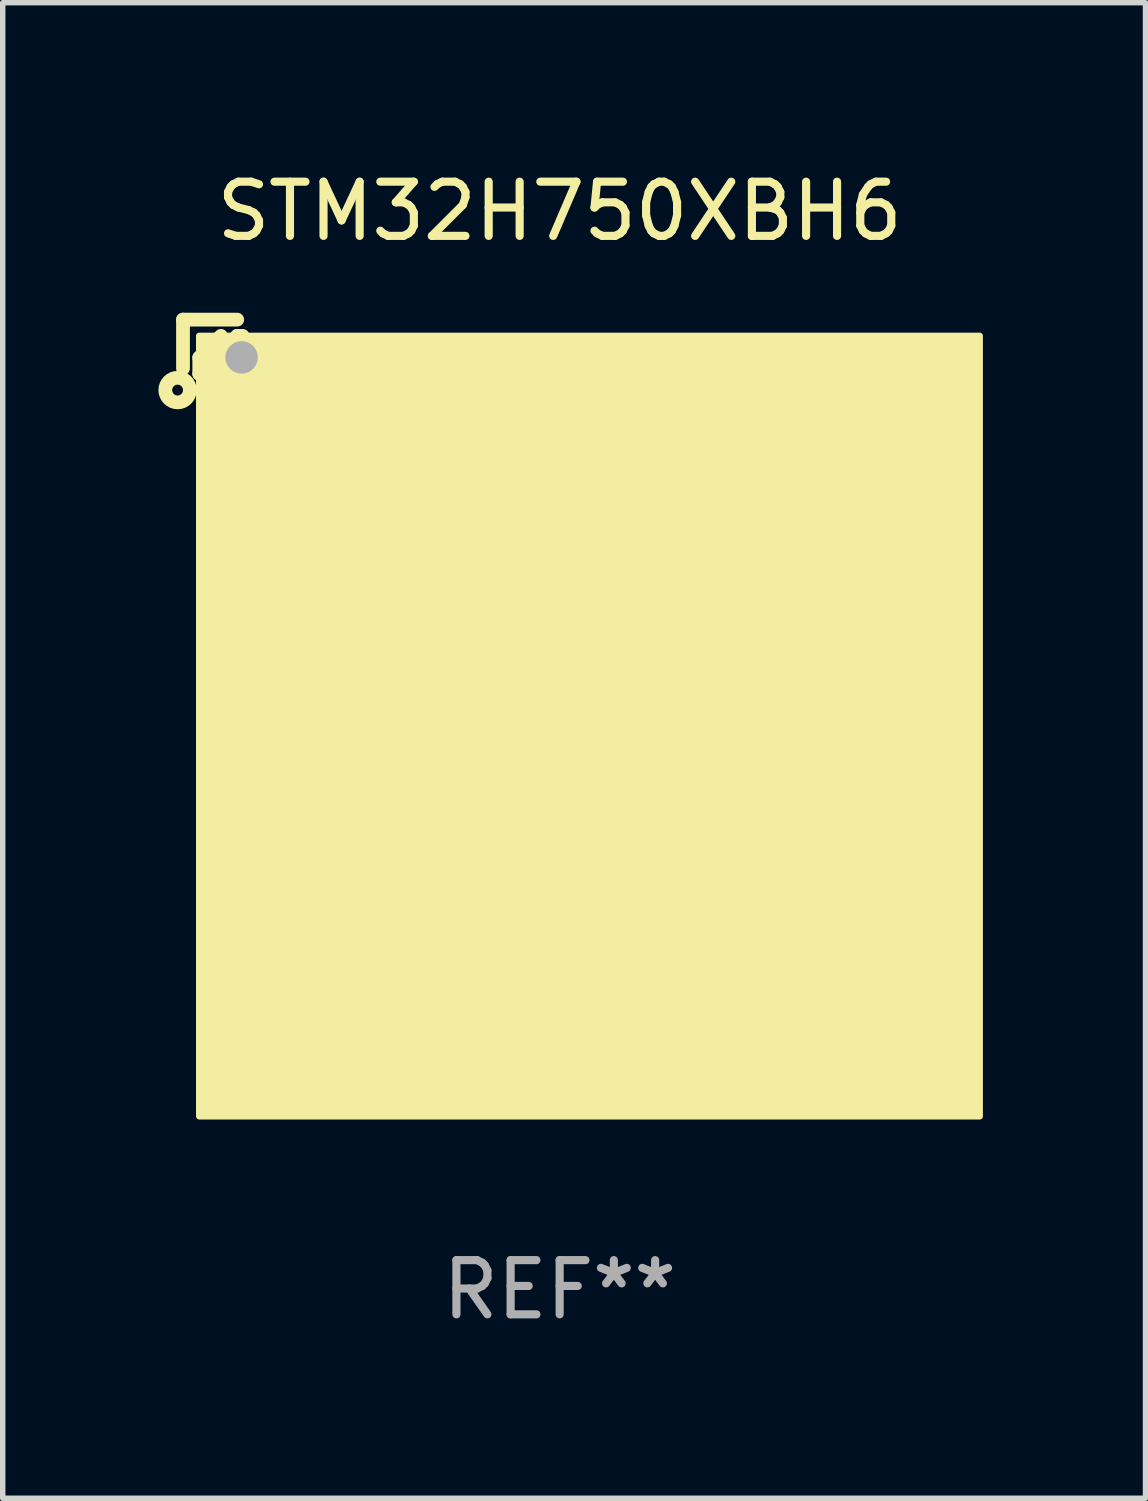
<source format=kicad_pcb>
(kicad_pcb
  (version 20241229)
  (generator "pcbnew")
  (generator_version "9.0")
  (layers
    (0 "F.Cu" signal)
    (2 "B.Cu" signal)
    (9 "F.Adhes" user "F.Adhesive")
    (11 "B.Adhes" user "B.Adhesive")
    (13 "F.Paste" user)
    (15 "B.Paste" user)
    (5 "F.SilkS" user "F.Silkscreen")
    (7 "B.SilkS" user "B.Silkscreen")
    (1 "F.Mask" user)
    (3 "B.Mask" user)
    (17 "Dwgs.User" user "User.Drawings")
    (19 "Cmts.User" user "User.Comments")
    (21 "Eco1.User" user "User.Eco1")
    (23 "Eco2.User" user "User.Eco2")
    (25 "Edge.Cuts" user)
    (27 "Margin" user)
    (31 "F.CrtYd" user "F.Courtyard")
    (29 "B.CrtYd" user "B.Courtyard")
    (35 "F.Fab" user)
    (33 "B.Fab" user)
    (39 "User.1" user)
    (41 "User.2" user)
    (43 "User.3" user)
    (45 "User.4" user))
  (footprint "STM32H750XBH6"
    (layer "F.Cu")
    (at 7.277 9.798)
    (property "Reference" "STM32H750XBH6" (at 0 -8.95 0) (layer "F.SilkS") (effects (font (size 1 1) (thickness 0.15))))
    (attr through_hole)
    (fp_line (start -6.95 -6.95) (end -6.95 -6.05) (stroke (width 0.254) (type solid)) (layer "F.SilkS"))
    (fp_line (start -6.65 -6.25) (end -6.25 -6.65) (stroke (width 0.254) (type solid)) (layer "F.SilkS"))
    (fp_line (start -6.65 -5.95) (end -6.65 -6.25) (stroke (width 0.254) (type solid)) (layer "F.SilkS"))
    (fp_line (start -5.95 -6.95) (end -6.95 -6.95) (stroke (width 0.254) (type solid)) (layer "F.SilkS"))
    (fp_line (start -5.95 -6.65) (end -6.65 -5.95) (stroke (width 0.254) (type solid)) (layer "F.SilkS"))
    (fp_line (start -5.85 -6.65) (end -5.95 -6.65) (stroke (width 0.254) (type solid)) (layer "F.SilkS"))
    (fp_circle (center -7.05 -5.65) (end -6.95 -5.65) (stroke (width 0.254) (type solid)) (fill no) (layer "F.SilkS"))
    (fp_circle (center -6.45 -6.45) (end -6.35 -6.45) (stroke (width 0.2) (type solid)) (fill no) (layer "F.SilkS"))
    (fp_poly (pts (xy -6.65 -6.65) (xy 7.75 -6.65) (xy 7.75 7.75) (xy -6.65 7.75)) (stroke (width 0.12) (type solid)) (fill yes) (layer "F.SilkS"))
    (fp_circle (center -5.869 -6.253) (end -5.719 -6.253) (stroke (width 0.3) (type solid)) (fill no) (layer "F.Fab"))
    (fp_text user "REF**" (at 0 10.95 0) (layer "F.Fab") (effects (font (size 1 1) (thickness 0.15))))
    (pad "A1" smd circle (at -5.85 -5.85) (size 0.5 0.5) (layers "F.Cu" "F.Mask" "F.Paste"))
    (pad "A2" smd circle (at -5.05 -5.85) (size 0.5 0.5) (layers "F.Cu" "F.Mask" "F.Paste"))
    (pad "A3" smd circle (at -4.25 -5.85) (size 0.5 0.5) (layers "F.Cu" "F.Mask" "F.Paste"))
    (pad "A4" smd circle (at -3.45 -5.85) (size 0.5 0.5) (layers "F.Cu" "F.Mask" "F.Paste"))
    (pad "A5" smd circle (at -2.65 -5.85) (size 0.5 0.5) (layers "F.Cu" "F.Mask" "F.Paste"))
    (pad "A6" smd circle (at -1.85 -5.85) (size 0.5 0.5) (layers "F.Cu" "F.Mask" "F.Paste"))
    (pad "A7" smd circle (at -1.05 -5.85) (size 0.5 0.5) (layers "F.Cu" "F.Mask" "F.Paste"))
    (pad "A8" smd circle (at -0.25 -5.85) (size 0.5 0.5) (layers "F.Cu" "F.Mask" "F.Paste"))
    (pad "A9" smd circle (at 0.55 -5.85) (size 0.5 0.5) (layers "F.Cu" "F.Mask" "F.Paste"))
    (pad "A10" smd circle (at 1.35 -5.85) (size 0.5 0.5) (layers "F.Cu" "F.Mask" "F.Paste"))
    (pad "A11" smd circle (at 2.15 -5.85) (size 0.5 0.5) (layers "F.Cu" "F.Mask" "F.Paste"))
    (pad "A12" smd circle (at 2.95 -5.85) (size 0.5 0.5) (layers "F.Cu" "F.Mask" "F.Paste"))
    (pad "A13" smd circle (at 3.75 -5.85) (size 0.5 0.5) (layers "F.Cu" "F.Mask" "F.Paste"))
    (pad "A14" smd circle (at 4.55 -5.85) (size 0.5 0.5) (layers "F.Cu" "F.Mask" "F.Paste"))
    (pad "A15" smd circle (at 5.35 -5.85) (size 0.5 0.5) (layers "F.Cu" "F.Mask" "F.Paste"))
    (pad "A16" smd circle (at 6.15 -5.85) (size 0.5 0.5) (layers "F.Cu" "F.Mask" "F.Paste"))
    (pad "A17" smd circle (at 6.95 -5.85) (size 0.5 0.5) (layers "F.Cu" "F.Mask" "F.Paste"))
    (pad "B1" smd circle (at -5.85 -5.05) (size 0.5 0.5) (layers "F.Cu" "F.Mask" "F.Paste"))
    (pad "B2" smd circle (at -5.05 -5.05) (size 0.5 0.5) (layers "F.Cu" "F.Mask" "F.Paste"))
    (pad "B3" smd circle (at -4.25 -5.05) (size 0.5 0.5) (layers "F.Cu" "F.Mask" "F.Paste"))
    (pad "B4" smd circle (at -3.45 -5.05) (size 0.5 0.5) (layers "F.Cu" "F.Mask" "F.Paste"))
    (pad "B5" smd circle (at -2.65 -5.05) (size 0.5 0.5) (layers "F.Cu" "F.Mask" "F.Paste"))
    (pad "B6" smd circle (at -1.85 -5.05) (size 0.5 0.5) (layers "F.Cu" "F.Mask" "F.Paste"))
    (pad "B7" smd circle (at -1.05 -5.05) (size 0.5 0.5) (layers "F.Cu" "F.Mask" "F.Paste"))
    (pad "B8" smd circle (at -0.25 -5.05) (size 0.5 0.5) (layers "F.Cu" "F.Mask" "F.Paste"))
    (pad "B9" smd circle (at 0.55 -5.05) (size 0.5 0.5) (layers "F.Cu" "F.Mask" "F.Paste"))
    (pad "B10" smd circle (at 1.35 -5.05) (size 0.5 0.5) (layers "F.Cu" "F.Mask" "F.Paste"))
    (pad "B11" smd circle (at 2.15 -5.05) (size 0.5 0.5) (layers "F.Cu" "F.Mask" "F.Paste"))
    (pad "B12" smd circle (at 2.95 -5.05) (size 0.5 0.5) (layers "F.Cu" "F.Mask" "F.Paste"))
    (pad "B13" smd circle (at 3.75 -5.05) (size 0.5 0.5) (layers "F.Cu" "F.Mask" "F.Paste"))
    (pad "B14" smd circle (at 4.55 -5.05) (size 0.5 0.5) (layers "F.Cu" "F.Mask" "F.Paste"))
    (pad "B15" smd circle (at 5.35 -5.05) (size 0.5 0.5) (layers "F.Cu" "F.Mask" "F.Paste"))
    (pad "B16" smd circle (at 6.15 -5.05) (size 0.5 0.5) (layers "F.Cu" "F.Mask" "F.Paste"))
    (pad "B17" smd circle (at 6.95 -5.05) (size 0.5 0.5) (layers "F.Cu" "F.Mask" "F.Paste"))
    (pad "C1" smd circle (at -5.85 -4.25) (size 0.5 0.5) (layers "F.Cu" "F.Mask" "F.Paste"))
    (pad "C2" smd circle (at -5.05 -4.25) (size 0.5 0.5) (layers "F.Cu" "F.Mask" "F.Paste"))
    (pad "C3" smd circle (at -4.25 -4.25) (size 0.5 0.5) (layers "F.Cu" "F.Mask" "F.Paste"))
    (pad "C4" smd circle (at -3.45 -4.25) (size 0.5 0.5) (layers "F.Cu" "F.Mask" "F.Paste"))
    (pad "C5" smd circle (at -2.65 -4.25) (size 0.5 0.5) (layers "F.Cu" "F.Mask" "F.Paste"))
    (pad "C6" smd circle (at -1.85 -4.25) (size 0.5 0.5) (layers "F.Cu" "F.Mask" "F.Paste"))
    (pad "C7" smd circle (at -1.05 -4.25) (size 0.5 0.5) (layers "F.Cu" "F.Mask" "F.Paste"))
    (pad "C8" smd circle (at -0.25 -4.25) (size 0.5 0.5) (layers "F.Cu" "F.Mask" "F.Paste"))
    (pad "C9" smd circle (at 0.55 -4.25) (size 0.5 0.5) (layers "F.Cu" "F.Mask" "F.Paste"))
    (pad "C10" smd circle (at 1.35 -4.25) (size 0.5 0.5) (layers "F.Cu" "F.Mask" "F.Paste"))
    (pad "C11" smd circle (at 2.15 -4.25) (size 0.5 0.5) (layers "F.Cu" "F.Mask" "F.Paste"))
    (pad "C12" smd circle (at 2.95 -4.25) (size 0.5 0.5) (layers "F.Cu" "F.Mask" "F.Paste"))
    (pad "C13" smd circle (at 3.75 -4.25) (size 0.5 0.5) (layers "F.Cu" "F.Mask" "F.Paste"))
    (pad "C14" smd circle (at 4.55 -4.25) (size 0.5 0.5) (layers "F.Cu" "F.Mask" "F.Paste"))
    (pad "C15" smd circle (at 5.35 -4.25) (size 0.5 0.5) (layers "F.Cu" "F.Mask" "F.Paste"))
    (pad "C16" smd circle (at 6.15 -4.25) (size 0.5 0.5) (layers "F.Cu" "F.Mask" "F.Paste"))
    (pad "C17" smd circle (at 6.95 -4.25) (size 0.5 0.5) (layers "F.Cu" "F.Mask" "F.Paste"))
    (pad "D1" smd circle (at -5.85 -3.45) (size 0.5 0.5) (layers "F.Cu" "F.Mask" "F.Paste"))
    (pad "D2" smd circle (at -5.05 -3.45) (size 0.5 0.5) (layers "F.Cu" "F.Mask" "F.Paste"))
    (pad "D3" smd circle (at -4.25 -3.45) (size 0.5 0.5) (layers "F.Cu" "F.Mask" "F.Paste"))
    (pad "D4" smd circle (at -3.45 -3.45) (size 0.5 0.5) (layers "F.Cu" "F.Mask" "F.Paste"))
    (pad "D5" smd circle (at -2.65 -3.45) (size 0.5 0.5) (layers "F.Cu" "F.Mask" "F.Paste"))
    (pad "D6" smd circle (at -1.85 -3.45) (size 0.5 0.5) (layers "F.Cu" "F.Mask" "F.Paste"))
    (pad "D7" smd circle (at -1.05 -3.45) (size 0.5 0.5) (layers "F.Cu" "F.Mask" "F.Paste"))
    (pad "D8" smd circle (at -0.25 -3.45) (size 0.5 0.5) (layers "F.Cu" "F.Mask" "F.Paste"))
    (pad "D9" smd circle (at 0.55 -3.45) (size 0.5 0.5) (layers "F.Cu" "F.Mask" "F.Paste"))
    (pad "D10" smd circle (at 1.35 -3.45) (size 0.5 0.5) (layers "F.Cu" "F.Mask" "F.Paste"))
    (pad "D11" smd circle (at 2.15 -3.45) (size 0.5 0.5) (layers "F.Cu" "F.Mask" "F.Paste"))
    (pad "D12" smd circle (at 2.95 -3.45) (size 0.5 0.5) (layers "F.Cu" "F.Mask" "F.Paste"))
    (pad "D13" smd circle (at 3.75 -3.45) (size 0.5 0.5) (layers "F.Cu" "F.Mask" "F.Paste"))
    (pad "D14" smd circle (at 4.55 -3.45) (size 0.5 0.5) (layers "F.Cu" "F.Mask" "F.Paste"))
    (pad "D15" smd circle (at 5.35 -3.45) (size 0.5 0.5) (layers "F.Cu" "F.Mask" "F.Paste"))
    (pad "D16" smd circle (at 6.15 -3.45) (size 0.5 0.5) (layers "F.Cu" "F.Mask" "F.Paste"))
    (pad "D17" smd circle (at 6.95 -3.45) (size 0.5 0.5) (layers "F.Cu" "F.Mask" "F.Paste"))
    (pad "E1" smd circle (at -5.85 -2.65) (size 0.5 0.5) (layers "F.Cu" "F.Mask" "F.Paste"))
    (pad "E2" smd circle (at -5.05 -2.65) (size 0.5 0.5) (layers "F.Cu" "F.Mask" "F.Paste"))
    (pad "E3" smd circle (at -4.25 -2.65) (size 0.5 0.5) (layers "F.Cu" "F.Mask" "F.Paste"))
    (pad "E4" smd circle (at -3.45 -2.65) (size 0.5 0.5) (layers "F.Cu" "F.Mask" "F.Paste"))
    (pad "E5" smd circle (at -2.65 -2.65) (size 0.5 0.5) (layers "F.Cu" "F.Mask" "F.Paste"))
    (pad "E6" smd circle (at -1.85 -2.65) (size 0.5 0.5) (layers "F.Cu" "F.Mask" "F.Paste"))
    (pad "E7" smd circle (at -1.05 -2.65) (size 0.5 0.5) (layers "F.Cu" "F.Mask" "F.Paste"))
    (pad "E8" smd circle (at -0.25 -2.65) (size 0.5 0.5) (layers "F.Cu" "F.Mask" "F.Paste"))
    (pad "E9" smd circle (at 0.55 -2.65) (size 0.5 0.5) (layers "F.Cu" "F.Mask" "F.Paste"))
    (pad "E10" smd circle (at 1.35 -2.65) (size 0.5 0.5) (layers "F.Cu" "F.Mask" "F.Paste"))
    (pad "E11" smd circle (at 2.15 -2.65) (size 0.5 0.5) (layers "F.Cu" "F.Mask" "F.Paste"))
    (pad "E12" smd circle (at 2.95 -2.65) (size 0.5 0.5) (layers "F.Cu" "F.Mask" "F.Paste"))
    (pad "E13" smd circle (at 3.75 -2.65) (size 0.5 0.5) (layers "F.Cu" "F.Mask" "F.Paste"))
    (pad "E14" smd circle (at 4.55 -2.65) (size 0.5 0.5) (layers "F.Cu" "F.Mask" "F.Paste"))
    (pad "E15" smd circle (at 5.35 -2.65) (size 0.5 0.5) (layers "F.Cu" "F.Mask" "F.Paste"))
    (pad "E16" smd circle (at 6.15 -2.65) (size 0.5 0.5) (layers "F.Cu" "F.Mask" "F.Paste"))
    (pad "E17" smd circle (at 6.95 -2.65) (size 0.5 0.5) (layers "F.Cu" "F.Mask" "F.Paste"))
    (pad "F1" smd circle (at -5.85 -1.85) (size 0.5 0.5) (layers "F.Cu" "F.Mask" "F.Paste"))
    (pad "F2" smd circle (at -5.05 -1.85) (size 0.5 0.5) (layers "F.Cu" "F.Mask" "F.Paste"))
    (pad "F3" smd circle (at -4.25 -1.85) (size 0.5 0.5) (layers "F.Cu" "F.Mask" "F.Paste"))
    (pad "F4" smd circle (at -3.45 -1.85) (size 0.5 0.5) (layers "F.Cu" "F.Mask" "F.Paste"))
    (pad "F5" smd circle (at -2.65 -1.85) (size 0.5 0.5) (layers "F.Cu" "F.Mask" "F.Paste"))
    (pad "F13" smd circle (at 3.75 -1.85) (size 0.5 0.5) (layers "F.Cu" "F.Mask" "F.Paste"))
    (pad "F14" smd circle (at 4.55 -1.85) (size 0.5 0.5) (layers "F.Cu" "F.Mask" "F.Paste"))
    (pad "F15" smd circle (at 5.35 -1.85) (size 0.5 0.5) (layers "F.Cu" "F.Mask" "F.Paste"))
    (pad "F16" smd circle (at 6.15 -1.85) (size 0.5 0.5) (layers "F.Cu" "F.Mask" "F.Paste"))
    (pad "F17" smd circle (at 6.95 -1.85) (size 0.5 0.5) (layers "F.Cu" "F.Mask" "F.Paste"))
    (pad "G1" smd circle (at -5.85 -1.05) (size 0.5 0.5) (layers "F.Cu" "F.Mask" "F.Paste"))
    (pad "G2" smd circle (at -5.05 -1.05) (size 0.5 0.5) (layers "F.Cu" "F.Mask" "F.Paste"))
    (pad "G3" smd circle (at -4.25 -1.05) (size 0.5 0.5) (layers "F.Cu" "F.Mask" "F.Paste"))
    (pad "G4" smd circle (at -3.45 -1.05) (size 0.5 0.5) (layers "F.Cu" "F.Mask" "F.Paste"))
    (pad "G5" smd circle (at -2.65 -1.05) (size 0.5 0.5) (layers "F.Cu" "F.Mask" "F.Paste"))
    (pad "G7" smd circle (at -1.05 -1.05) (size 0.5 0.5) (layers "F.Cu" "F.Mask" "F.Paste"))
    (pad "G8" smd circle (at -0.25 -1.05) (size 0.5 0.5) (layers "F.Cu" "F.Mask" "F.Paste"))
    (pad "G9" smd circle (at 0.55 -1.05) (size 0.5 0.5) (layers "F.Cu" "F.Mask" "F.Paste"))
    (pad "G10" smd circle (at 1.35 -1.05) (size 0.5 0.5) (layers "F.Cu" "F.Mask" "F.Paste"))
    (pad "G11" smd circle (at 2.15 -1.05) (size 0.5 0.5) (layers "F.Cu" "F.Mask" "F.Paste"))
    (pad "G13" smd circle (at 3.75 -1.05) (size 0.5 0.5) (layers "F.Cu" "F.Mask" "F.Paste"))
    (pad "G14" smd circle (at 4.55 -1.05) (size 0.5 0.5) (layers "F.Cu" "F.Mask" "F.Paste"))
    (pad "G15" smd circle (at 5.35 -1.05) (size 0.5 0.5) (layers "F.Cu" "F.Mask" "F.Paste"))
    (pad "G16" smd circle (at 6.15 -1.05) (size 0.5 0.5) (layers "F.Cu" "F.Mask" "F.Paste"))
    (pad "G17" smd circle (at 6.95 -1.05) (size 0.5 0.5) (layers "F.Cu" "F.Mask" "F.Paste"))
    (pad "H1" smd circle (at -5.85 -0.25) (size 0.5 0.5) (layers "F.Cu" "F.Mask" "F.Paste"))
    (pad "H2" smd circle (at -5.05 -0.25) (size 0.5 0.5) (layers "F.Cu" "F.Mask" "F.Paste"))
    (pad "H3" smd circle (at -4.25 -0.25) (size 0.5 0.5) (layers "F.Cu" "F.Mask" "F.Paste"))
    (pad "H4" smd circle (at -3.45 -0.25) (size 0.5 0.5) (layers "F.Cu" "F.Mask" "F.Paste"))
    (pad "H5" smd circle (at -2.65 -0.25) (size 0.5 0.5) (layers "F.Cu" "F.Mask" "F.Paste"))
    (pad "H7" smd circle (at -1.05 -0.25) (size 0.5 0.5) (layers "F.Cu" "F.Mask" "F.Paste"))
    (pad "H8" smd circle (at -0.25 -0.25) (size 0.5 0.5) (layers "F.Cu" "F.Mask" "F.Paste"))
    (pad "H9" smd circle (at 0.55 -0.25) (size 0.5 0.5) (layers "F.Cu" "F.Mask" "F.Paste"))
    (pad "H10" smd circle (at 1.35 -0.25) (size 0.5 0.5) (layers "F.Cu" "F.Mask" "F.Paste"))
    (pad "H11" smd circle (at 2.15 -0.25) (size 0.5 0.5) (layers "F.Cu" "F.Mask" "F.Paste"))
    (pad "H13" smd circle (at 3.75 -0.25) (size 0.5 0.5) (layers "F.Cu" "F.Mask" "F.Paste"))
    (pad "H14" smd circle (at 4.55 -0.25) (size 0.5 0.5) (layers "F.Cu" "F.Mask" "F.Paste"))
    (pad "H15" smd circle (at 5.35 -0.25) (size 0.5 0.5) (layers "F.Cu" "F.Mask" "F.Paste"))
    (pad "H16" smd circle (at 6.15 -0.25) (size 0.5 0.5) (layers "F.Cu" "F.Mask" "F.Paste"))
    (pad "H17" smd circle (at 6.95 -0.25) (size 0.5 0.5) (layers "F.Cu" "F.Mask" "F.Paste"))
    (pad "J1" smd circle (at -5.85 0.55) (size 0.5 0.5) (layers "F.Cu" "F.Mask" "F.Paste"))
    (pad "J2" smd circle (at -5.05 0.55) (size 0.5 0.5) (layers "F.Cu" "F.Mask" "F.Paste"))
    (pad "J3" smd circle (at -4.25 0.55) (size 0.5 0.5) (layers "F.Cu" "F.Mask" "F.Paste"))
    (pad "J4" smd circle (at -3.45 0.55) (size 0.5 0.5) (layers "F.Cu" "F.Mask" "F.Paste"))
    (pad "J5" smd circle (at -2.65 0.55) (size 0.5 0.5) (layers "F.Cu" "F.Mask" "F.Paste"))
    (pad "J7" smd circle (at -1.05 0.55) (size 0.5 0.5) (layers "F.Cu" "F.Mask" "F.Paste"))
    (pad "J8" smd circle (at -0.25 0.55) (size 0.5 0.5) (layers "F.Cu" "F.Mask" "F.Paste"))
    (pad "J9" smd circle (at 0.55 0.55) (size 0.5 0.5) (layers "F.Cu" "F.Mask" "F.Paste"))
    (pad "J10" smd circle (at 1.35 0.55) (size 0.5 0.5) (layers "F.Cu" "F.Mask" "F.Paste"))
    (pad "J11" smd circle (at 2.15 0.55) (size 0.5 0.5) (layers "F.Cu" "F.Mask" "F.Paste"))
    (pad "J13" smd circle (at 3.75 0.55) (size 0.5 0.5) (layers "F.Cu" "F.Mask" "F.Paste"))
    (pad "J14" smd circle (at 4.55 0.55) (size 0.5 0.5) (layers "F.Cu" "F.Mask" "F.Paste"))
    (pad "J15" smd circle (at 5.35 0.55) (size 0.5 0.5) (layers "F.Cu" "F.Mask" "F.Paste"))
    (pad "J16" smd circle (at 6.15 0.55) (size 0.5 0.5) (layers "F.Cu" "F.Mask" "F.Paste"))
    (pad "J17" smd circle (at 6.95 0.55) (size 0.5 0.5) (layers "F.Cu" "F.Mask" "F.Paste"))
    (pad "K1" smd circle (at -5.85 1.35) (size 0.5 0.5) (layers "F.Cu" "F.Mask" "F.Paste"))
    (pad "K2" smd circle (at -5.05 1.35) (size 0.5 0.5) (layers "F.Cu" "F.Mask" "F.Paste"))
    (pad "K3" smd circle (at -4.25 1.35) (size 0.5 0.5) (layers "F.Cu" "F.Mask" "F.Paste"))
    (pad "K4" smd circle (at -3.45 1.35) (size 0.5 0.5) (layers "F.Cu" "F.Mask" "F.Paste"))
    (pad "K5" smd circle (at -2.65 1.35) (size 0.5 0.5) (layers "F.Cu" "F.Mask" "F.Paste"))
    (pad "K7" smd circle (at -1.05 1.35) (size 0.5 0.5) (layers "F.Cu" "F.Mask" "F.Paste"))
    (pad "K8" smd circle (at -0.25 1.35) (size 0.5 0.5) (layers "F.Cu" "F.Mask" "F.Paste"))
    (pad "K9" smd circle (at 0.55 1.35) (size 0.5 0.5) (layers "F.Cu" "F.Mask" "F.Paste"))
    (pad "K10" smd circle (at 1.35 1.35) (size 0.5 0.5) (layers "F.Cu" "F.Mask" "F.Paste"))
    (pad "K11" smd circle (at 2.15 1.35) (size 0.5 0.5) (layers "F.Cu" "F.Mask" "F.Paste"))
    (pad "K13" smd circle (at 3.75 1.35) (size 0.5 0.5) (layers "F.Cu" "F.Mask" "F.Paste"))
    (pad "K14" smd circle (at 4.55 1.35) (size 0.5 0.5) (layers "F.Cu" "F.Mask" "F.Paste"))
    (pad "K15" smd circle (at 5.35 1.35) (size 0.5 0.5) (layers "F.Cu" "F.Mask" "F.Paste"))
    (pad "K16" smd circle (at 6.15 1.35) (size 0.5 0.5) (layers "F.Cu" "F.Mask" "F.Paste"))
    (pad "K17" smd circle (at 6.95 1.35) (size 0.5 0.5) (layers "F.Cu" "F.Mask" "F.Paste"))
    (pad "L1" smd circle (at -5.85 2.15) (size 0.5 0.5) (layers "F.Cu" "F.Mask" "F.Paste"))
    (pad "L2" smd circle (at -5.05 2.15) (size 0.5 0.5) (layers "F.Cu" "F.Mask" "F.Paste"))
    (pad "L3" smd circle (at -4.25 2.15) (size 0.5 0.5) (layers "F.Cu" "F.Mask" "F.Paste"))
    (pad "L4" smd circle (at -3.45 2.15) (size 0.5 0.5) (layers "F.Cu" "F.Mask" "F.Paste"))
    (pad "L5" smd circle (at -2.65 2.15) (size 0.5 0.5) (layers "F.Cu" "F.Mask" "F.Paste"))
    (pad "L7" smd circle (at -1.05 2.15) (size 0.5 0.5) (layers "F.Cu" "F.Mask" "F.Paste"))
    (pad "L8" smd circle (at -0.25 2.15) (size 0.5 0.5) (layers "F.Cu" "F.Mask" "F.Paste"))
    (pad "L9" smd circle (at 0.55 2.15) (size 0.5 0.5) (layers "F.Cu" "F.Mask" "F.Paste"))
    (pad "L10" smd circle (at 1.35 2.15) (size 0.5 0.5) (layers "F.Cu" "F.Mask" "F.Paste"))
    (pad "L11" smd circle (at 2.15 2.15) (size 0.5 0.5) (layers "F.Cu" "F.Mask" "F.Paste"))
    (pad "L13" smd circle (at 3.75 2.15) (size 0.5 0.5) (layers "F.Cu" "F.Mask" "F.Paste"))
    (pad "L14" smd circle (at 4.55 2.15) (size 0.5 0.5) (layers "F.Cu" "F.Mask" "F.Paste"))
    (pad "L15" smd circle (at 5.35 2.15) (size 0.5 0.5) (layers "F.Cu" "F.Mask" "F.Paste"))
    (pad "L16" smd circle (at 6.15 2.15) (size 0.5 0.5) (layers "F.Cu" "F.Mask" "F.Paste"))
    (pad "L17" smd circle (at 6.95 2.15) (size 0.5 0.5) (layers "F.Cu" "F.Mask" "F.Paste"))
    (pad "M1" smd circle (at -5.85 2.95) (size 0.5 0.5) (layers "F.Cu" "F.Mask" "F.Paste"))
    (pad "M2" smd circle (at -5.05 2.95) (size 0.5 0.5) (layers "F.Cu" "F.Mask" "F.Paste"))
    (pad "M3" smd circle (at -4.25 2.95) (size 0.5 0.5) (layers "F.Cu" "F.Mask" "F.Paste"))
    (pad "M4" smd circle (at -3.45 2.95) (size 0.5 0.5) (layers "F.Cu" "F.Mask" "F.Paste"))
    (pad "M5" smd circle (at -2.65 2.95) (size 0.5 0.5) (layers "F.Cu" "F.Mask" "F.Paste"))
    (pad "M13" smd circle (at 3.75 2.95) (size 0.5 0.5) (layers "F.Cu" "F.Mask" "F.Paste"))
    (pad "M14" smd circle (at 4.55 2.95) (size 0.5 0.5) (layers "F.Cu" "F.Mask" "F.Paste"))
    (pad "M15" smd circle (at 5.35 2.95) (size 0.5 0.5) (layers "F.Cu" "F.Mask" "F.Paste"))
    (pad "M16" smd circle (at 6.15 2.95) (size 0.5 0.5) (layers "F.Cu" "F.Mask" "F.Paste"))
    (pad "M17" smd circle (at 6.95 2.95) (size 0.5 0.5) (layers "F.Cu" "F.Mask" "F.Paste"))
    (pad "N1" smd circle (at -5.85 3.75) (size 0.5 0.5) (layers "F.Cu" "F.Mask" "F.Paste"))
    (pad "N2" smd circle (at -5.05 3.75) (size 0.5 0.5) (layers "F.Cu" "F.Mask" "F.Paste"))
    (pad "N3" smd circle (at -4.25 3.75) (size 0.5 0.5) (layers "F.Cu" "F.Mask" "F.Paste"))
    (pad "N4" smd circle (at -3.45 3.75) (size 0.5 0.5) (layers "F.Cu" "F.Mask" "F.Paste"))
    (pad "N5" smd circle (at -2.65 3.75) (size 0.5 0.5) (layers "F.Cu" "F.Mask" "F.Paste"))
    (pad "N6" smd circle (at -1.85 3.75) (size 0.5 0.5) (layers "F.Cu" "F.Mask" "F.Paste"))
    (pad "N7" smd circle (at -1.05 3.75) (size 0.5 0.5) (layers "F.Cu" "F.Mask" "F.Paste"))
    (pad "N8" smd circle (at -0.25 3.75) (size 0.5 0.5) (layers "F.Cu" "F.Mask" "F.Paste"))
    (pad "N9" smd circle (at 0.55 3.75) (size 0.5 0.5) (layers "F.Cu" "F.Mask" "F.Paste"))
    (pad "N10" smd circle (at 1.35 3.75) (size 0.5 0.5) (layers "F.Cu" "F.Mask" "F.Paste"))
    (pad "N11" smd circle (at 2.15 3.75) (size 0.5 0.5) (layers "F.Cu" "F.Mask" "F.Paste"))
    (pad "N12" smd circle (at 2.95 3.75) (size 0.5 0.5) (layers "F.Cu" "F.Mask" "F.Paste"))
    (pad "N13" smd circle (at 3.75 3.75) (size 0.5 0.5) (layers "F.Cu" "F.Mask" "F.Paste"))
    (pad "N14" smd circle (at 4.55 3.75) (size 0.5 0.5) (layers "F.Cu" "F.Mask" "F.Paste"))
    (pad "N15" smd circle (at 5.35 3.75) (size 0.5 0.5) (layers "F.Cu" "F.Mask" "F.Paste"))
    (pad "N16" smd circle (at 6.15 3.75) (size 0.5 0.5) (layers "F.Cu" "F.Mask" "F.Paste"))
    (pad "N17" smd circle (at 6.95 3.75) (size 0.5 0.5) (layers "F.Cu" "F.Mask" "F.Paste"))
    (pad "P1" smd circle (at -5.85 4.55) (size 0.5 0.5) (layers "F.Cu" "F.Mask" "F.Paste"))
    (pad "P2" smd circle (at -5.05 4.55) (size 0.5 0.5) (layers "F.Cu" "F.Mask" "F.Paste"))
    (pad "P3" smd circle (at -4.25 4.55) (size 0.5 0.5) (layers "F.Cu" "F.Mask" "F.Paste"))
    (pad "P4" smd circle (at -3.45 4.55) (size 0.5 0.5) (layers "F.Cu" "F.Mask" "F.Paste"))
    (pad "P5" smd circle (at -2.65 4.55) (size 0.5 0.5) (layers "F.Cu" "F.Mask" "F.Paste"))
    (pad "P6" smd circle (at -1.85 4.55) (size 0.5 0.5) (layers "F.Cu" "F.Mask" "F.Paste"))
    (pad "P7" smd circle (at -1.05 4.55) (size 0.5 0.5) (layers "F.Cu" "F.Mask" "F.Paste"))
    (pad "P8" smd circle (at -0.25 4.55) (size 0.5 0.5) (layers "F.Cu" "F.Mask" "F.Paste"))
    (pad "P9" smd circle (at 0.55 4.55) (size 0.5 0.5) (layers "F.Cu" "F.Mask" "F.Paste"))
    (pad "P10" smd circle (at 1.35 4.55) (size 0.5 0.5) (layers "F.Cu" "F.Mask" "F.Paste"))
    (pad "P11" smd circle (at 2.15 4.55) (size 0.5 0.5) (layers "F.Cu" "F.Mask" "F.Paste"))
    (pad "P12" smd circle (at 2.95 4.55) (size 0.5 0.5) (layers "F.Cu" "F.Mask" "F.Paste"))
    (pad "P13" smd circle (at 3.75 4.55) (size 0.5 0.5) (layers "F.Cu" "F.Mask" "F.Paste"))
    (pad "P14" smd circle (at 4.55 4.55) (size 0.5 0.5) (layers "F.Cu" "F.Mask" "F.Paste"))
    (pad "P15" smd circle (at 5.35 4.55) (size 0.5 0.5) (layers "F.Cu" "F.Mask" "F.Paste"))
    (pad "P16" smd circle (at 6.15 4.55) (size 0.5 0.5) (layers "F.Cu" "F.Mask" "F.Paste"))
    (pad "P17" smd circle (at 6.95 4.55) (size 0.5 0.5) (layers "F.Cu" "F.Mask" "F.Paste"))
    (pad "R1" smd circle (at -5.85 5.35) (size 0.5 0.5) (layers "F.Cu" "F.Mask" "F.Paste"))
    (pad "R2" smd circle (at -5.05 5.35) (size 0.5 0.5) (layers "F.Cu" "F.Mask" "F.Paste"))
    (pad "R3" smd circle (at -4.25 5.35) (size 0.5 0.5) (layers "F.Cu" "F.Mask" "F.Paste"))
    (pad "R4" smd circle (at -3.45 5.35) (size 0.5 0.5) (layers "F.Cu" "F.Mask" "F.Paste"))
    (pad "R5" smd circle (at -2.65 5.35) (size 0.5 0.5) (layers "F.Cu" "F.Mask" "F.Paste"))
    (pad "R6" smd circle (at -1.85 5.35) (size 0.5 0.5) (layers "F.Cu" "F.Mask" "F.Paste"))
    (pad "R7" smd circle (at -1.05 5.35) (size 0.5 0.5) (layers "F.Cu" "F.Mask" "F.Paste"))
    (pad "R8" smd circle (at -0.25 5.35) (size 0.5 0.5) (layers "F.Cu" "F.Mask" "F.Paste"))
    (pad "R9" smd circle (at 0.55 5.35) (size 0.5 0.5) (layers "F.Cu" "F.Mask" "F.Paste"))
    (pad "R10" smd circle (at 1.35 5.35) (size 0.5 0.5) (layers "F.Cu" "F.Mask" "F.Paste"))
    (pad "R11" smd circle (at 2.15 5.35) (size 0.5 0.5) (layers "F.Cu" "F.Mask" "F.Paste"))
    (pad "R12" smd circle (at 2.95 5.35) (size 0.5 0.5) (layers "F.Cu" "F.Mask" "F.Paste"))
    (pad "R13" smd circle (at 3.75 5.35) (size 0.5 0.5) (layers "F.Cu" "F.Mask" "F.Paste"))
    (pad "R14" smd circle (at 4.55 5.35) (size 0.5 0.5) (layers "F.Cu" "F.Mask" "F.Paste"))
    (pad "R15" smd circle (at 5.35 5.35) (size 0.5 0.5) (layers "F.Cu" "F.Mask" "F.Paste"))
    (pad "R16" smd circle (at 6.15 5.35) (size 0.5 0.5) (layers "F.Cu" "F.Mask" "F.Paste"))
    (pad "R17" smd circle (at 6.95 5.35) (size 0.5 0.5) (layers "F.Cu" "F.Mask" "F.Paste"))
    (pad "T1" smd circle (at -5.85 6.15) (size 0.5 0.5) (layers "F.Cu" "F.Mask" "F.Paste"))
    (pad "T2" smd circle (at -5.05 6.15) (size 0.5 0.5) (layers "F.Cu" "F.Mask" "F.Paste"))
    (pad "T3" smd circle (at -4.25 6.15) (size 0.5 0.5) (layers "F.Cu" "F.Mask" "F.Paste"))
    (pad "T4" smd circle (at -3.45 6.15) (size 0.5 0.5) (layers "F.Cu" "F.Mask" "F.Paste"))
    (pad "T5" smd circle (at -2.65 6.15) (size 0.5 0.5) (layers "F.Cu" "F.Mask" "F.Paste"))
    (pad "T6" smd circle (at -1.85 6.15) (size 0.5 0.5) (layers "F.Cu" "F.Mask" "F.Paste"))
    (pad "T7" smd circle (at -1.05 6.15) (size 0.5 0.5) (layers "F.Cu" "F.Mask" "F.Paste"))
    (pad "T8" smd circle (at -0.25 6.15) (size 0.5 0.5) (layers "F.Cu" "F.Mask" "F.Paste"))
    (pad "T9" smd circle (at 0.55 6.15) (size 0.5 0.5) (layers "F.Cu" "F.Mask" "F.Paste"))
    (pad "T10" smd circle (at 1.35 6.15) (size 0.5 0.5) (layers "F.Cu" "F.Mask" "F.Paste"))
    (pad "T11" smd circle (at 2.15 6.15) (size 0.5 0.5) (layers "F.Cu" "F.Mask" "F.Paste"))
    (pad "T12" smd circle (at 2.95 6.15) (size 0.5 0.5) (layers "F.Cu" "F.Mask" "F.Paste"))
    (pad "T13" smd circle (at 3.75 6.15) (size 0.5 0.5) (layers "F.Cu" "F.Mask" "F.Paste"))
    (pad "T14" smd circle (at 4.55 6.15) (size 0.5 0.5) (layers "F.Cu" "F.Mask" "F.Paste"))
    (pad "T15" smd circle (at 5.35 6.15) (size 0.5 0.5) (layers "F.Cu" "F.Mask" "F.Paste"))
    (pad "T16" smd circle (at 6.15 6.15) (size 0.5 0.5) (layers "F.Cu" "F.Mask" "F.Paste"))
    (pad "T17" smd circle (at 6.95 6.15) (size 0.5 0.5) (layers "F.Cu" "F.Mask" "F.Paste"))
    (pad "U1" smd circle (at -5.85 6.95) (size 0.5 0.5) (layers "F.Cu" "F.Mask" "F.Paste"))
    (pad "U2" smd circle (at -5.05 6.95) (size 0.5 0.5) (layers "F.Cu" "F.Mask" "F.Paste"))
    (pad "U3" smd circle (at -4.25 6.95) (size 0.5 0.5) (layers "F.Cu" "F.Mask" "F.Paste"))
    (pad "U4" smd circle (at -3.45 6.95) (size 0.5 0.5) (layers "F.Cu" "F.Mask" "F.Paste"))
    (pad "U5" smd circle (at -2.65 6.95) (size 0.5 0.5) (layers "F.Cu" "F.Mask" "F.Paste"))
    (pad "U6" smd circle (at -1.85 6.95) (size 0.5 0.5) (layers "F.Cu" "F.Mask" "F.Paste"))
    (pad "U7" smd circle (at -1.05 6.95) (size 0.5 0.5) (layers "F.Cu" "F.Mask" "F.Paste"))
    (pad "U8" smd circle (at -0.25 6.95) (size 0.5 0.5) (layers "F.Cu" "F.Mask" "F.Paste"))
    (pad "U9" smd circle (at 0.55 6.95) (size 0.5 0.5) (layers "F.Cu" "F.Mask" "F.Paste"))
    (pad "U10" smd circle (at 1.35 6.95) (size 0.5 0.5) (layers "F.Cu" "F.Mask" "F.Paste"))
    (pad "U11" smd circle (at 2.15 6.95) (size 0.5 0.5) (layers "F.Cu" "F.Mask" "F.Paste"))
    (pad "U12" smd circle (at 2.95 6.95) (size 0.5 0.5) (layers "F.Cu" "F.Mask" "F.Paste"))
    (pad "U13" smd circle (at 3.75 6.95) (size 0.5 0.5) (layers "F.Cu" "F.Mask" "F.Paste"))
    (pad "U14" smd circle (at 4.55 6.95) (size 0.5 0.5) (layers "F.Cu" "F.Mask" "F.Paste"))
    (pad "U15" smd circle (at 5.35 6.95) (size 0.5 0.5) (layers "F.Cu" "F.Mask" "F.Paste"))
    (pad "U16" smd circle (at 6.15 6.95) (size 0.5 0.5) (layers "F.Cu" "F.Mask" "F.Paste"))
    (pad "U17" smd circle (at 6.95 6.95) (size 0.5 0.5) (layers "F.Cu" "F.Mask" "F.Paste")))
  (gr_rect
    (start -3 -3)
    (end 18.087 24.597)
    (stroke (width 0.1) (type default))
    (fill no)
    (layer "Edge.Cuts")))
</source>
